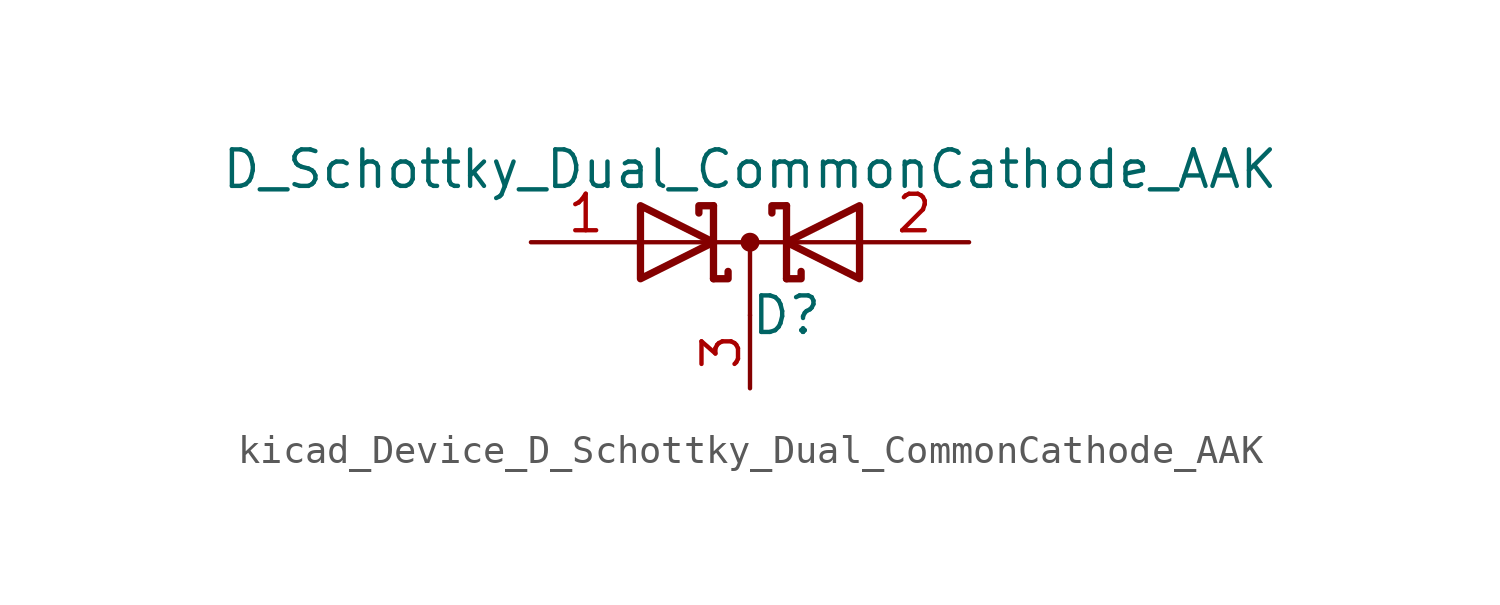
<source format=kicad_sym>
(kicad_symbol_lib
  (version 20220914)
  (generator kicad_symbol_editor)
  (symbol "kicad_Device_D_Schottky_Dual_CommonCathode_AAK"
    (pin_names
      (offset 0.762) hide)
    (property "Reference" "D"
      (at 1.27 -2.54 0)
      (effects (font (size 1.27 1.27))))
    (property "Value" "D_Schottky_Dual_CommonCathode_AAK"
      (at 0 2.54 0)
      (effects (font (size 1.27 1.27))))
    (symbol "kicad_Device_D_Schottky_Dual_CommonCathode_AAK_0_1"
      (polyline (pts (xy -3.81 0) (xy 3.81 0)) (stroke (width 0) (type default)) (fill (type none)))
      (polyline (pts (xy 0 0) (xy 0 -2.54)) (stroke (width 0) (type default)) (fill (type none)))
      (polyline (pts (xy -1.27 -1.27) (xy -1.27 1.27) (xy -1.27 1.27)) (stroke (width 0.254) (type default)) (fill (type none)))
      (polyline (pts (xy 1.27 -1.27) (xy 1.27 1.27) (xy 1.27 1.27)) (stroke (width 0.254) (type default)) (fill (type none)))
      (polyline (pts (xy -1.27 -1.27) (xy -0.762 -1.27) (xy -0.762 -1.016) (xy -0.762 -1.016)) (stroke (width 0.254) (type default)) (fill (type none)))
      (polyline (pts (xy 1.27 -1.27) (xy 1.778 -1.27) (xy 1.778 -1.016) (xy 1.778 -1.016)) (stroke (width 0.254) (type default)) (fill (type none)))
      (polyline (pts (xy 1.27 1.27) (xy 0.762 1.27) (xy 0.762 1.016) (xy 0.762 1.016)) (stroke (width 0.254) (type default)) (fill (type none)))
      (polyline (pts (xy -1.778 1.016) (xy -1.778 1.27) (xy -1.27 1.27) (xy -1.27 1.27) (xy -1.27 1.27)) (stroke (width 0.254) (type default)) (fill (type none)))
      (polyline (pts (xy -3.81 1.27) (xy -1.27 0) (xy -3.81 -1.27) (xy -3.81 1.27) (xy -3.81 1.27) (xy -3.81 1.27)) (stroke (width 0.254) (type default)) (fill (type none)))
      (polyline (pts (xy 3.81 -1.27) (xy 1.27 0) (xy 3.81 1.27) (xy 3.81 -1.27) (xy 3.81 -1.27) (xy 3.81 -1.27)) (stroke (width 0.254) (type default)) (fill (type none)))
      (circle (center 0 0) (radius 0.254) (stroke (width 0) (type default)) (fill (type outline)))
      (pin passive line (at -7.62 0 0) (length 3.81) (name "A" (effects (font (size 1.27 1.27)))) (number "1" (effects (font (size 1.27 1.27)))))
      (pin passive line (at 7.62 0 180) (length 3.81) (name "A" (effects (font (size 1.27 1.27)))) (number "2" (effects (font (size 1.27 1.27)))))
      (pin passive line (at 0 -5.08 90) (length 2.54) (name "K" (effects (font (size 1.27 1.27)))) (number "3" (effects (font (size 1.27 1.27))))))))
</source>
